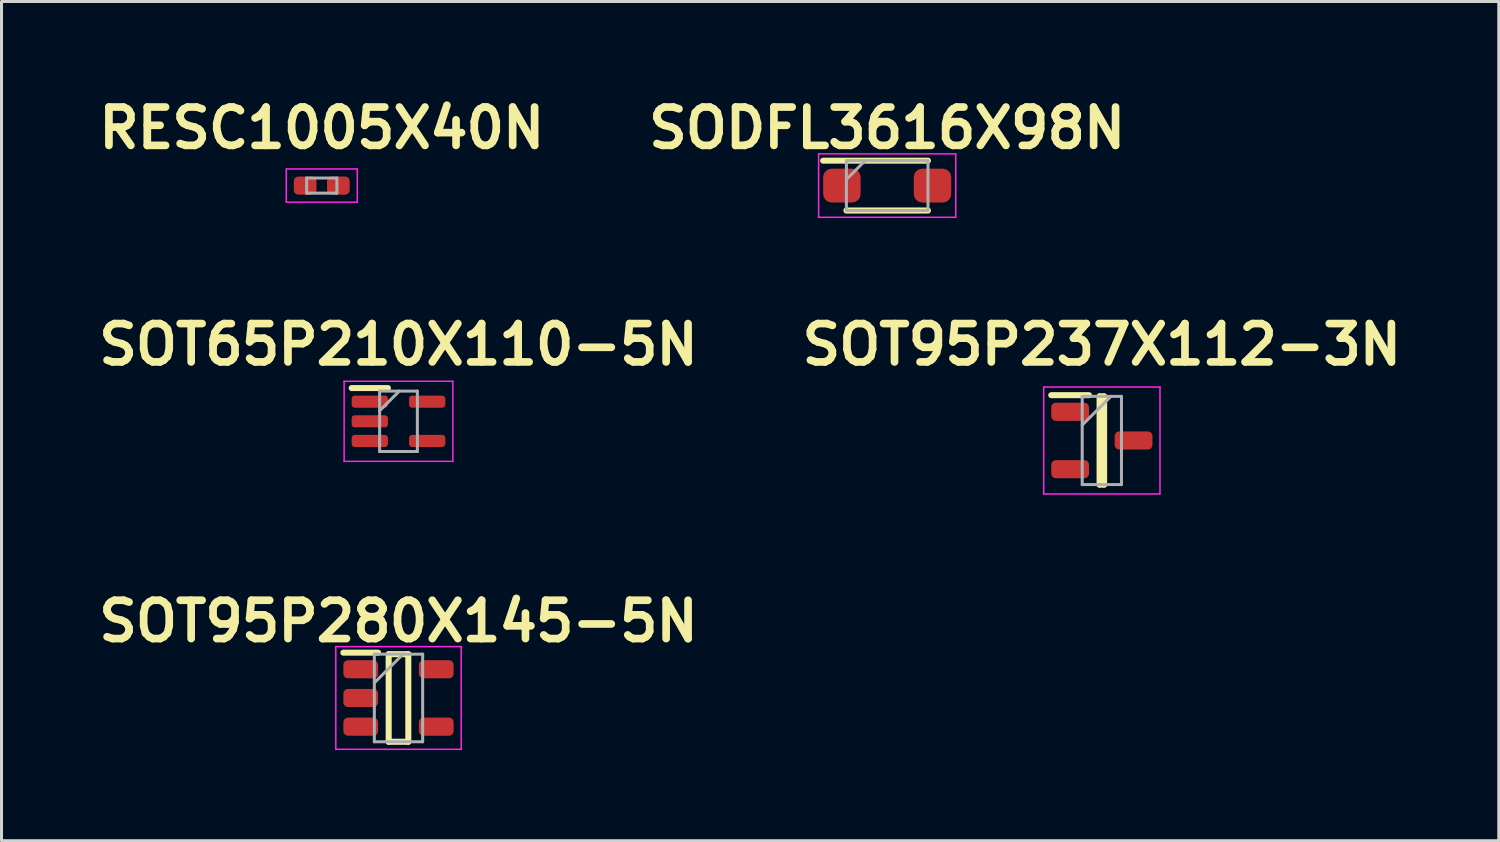
<source format=kicad_pcb>
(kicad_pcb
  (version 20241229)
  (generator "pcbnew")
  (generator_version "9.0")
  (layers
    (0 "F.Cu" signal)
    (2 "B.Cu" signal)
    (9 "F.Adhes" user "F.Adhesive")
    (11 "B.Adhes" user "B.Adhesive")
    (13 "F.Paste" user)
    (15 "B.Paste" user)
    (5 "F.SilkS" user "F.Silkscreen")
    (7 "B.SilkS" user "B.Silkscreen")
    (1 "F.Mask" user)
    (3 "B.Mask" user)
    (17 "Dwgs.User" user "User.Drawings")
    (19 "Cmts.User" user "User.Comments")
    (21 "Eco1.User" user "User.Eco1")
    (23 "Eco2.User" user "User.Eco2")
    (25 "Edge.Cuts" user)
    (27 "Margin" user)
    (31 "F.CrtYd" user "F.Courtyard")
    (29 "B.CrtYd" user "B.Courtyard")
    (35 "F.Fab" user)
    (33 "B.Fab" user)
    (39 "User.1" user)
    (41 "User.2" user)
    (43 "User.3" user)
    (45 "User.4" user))
  (footprint "SOT95P237X112-3N"
    (layer "F.Cu")
    (at 33.426 11.532)
    (property "Reference" "SOT95P237X112-3N" (at 0 -3.175 0) (layer "F.SilkS") (effects (font (size 1.27 1.27) (thickness 0.254))))
    (attr smd)
    (fp_line (start -1.675 -1.5) (end -0.425 -1.5) (stroke (width 0.2) (type solid)) (layer "F.SilkS"))
    (fp_line (start -0.075 -1.46) (end 0.075 -1.46) (stroke (width 0.2) (type solid)) (layer "F.SilkS"))
    (fp_line (start -0.075 1.46) (end -0.075 -1.46) (stroke (width 0.2) (type solid)) (layer "F.SilkS"))
    (fp_line (start 0.075 -1.46) (end 0.075 1.46) (stroke (width 0.2) (type solid)) (layer "F.SilkS"))
    (fp_line (start 0.075 1.46) (end -0.075 1.46) (stroke (width 0.2) (type solid)) (layer "F.SilkS"))
    (fp_line (start -1.925 -1.77) (end 1.925 -1.77) (stroke (width 0.05) (type solid)) (layer "F.CrtYd"))
    (fp_line (start -1.925 1.77) (end -1.925 -1.77) (stroke (width 0.05) (type solid)) (layer "F.CrtYd"))
    (fp_line (start 1.925 -1.77) (end 1.925 1.77) (stroke (width 0.05) (type solid)) (layer "F.CrtYd"))
    (fp_line (start 1.925 1.77) (end -1.925 1.77) (stroke (width 0.05) (type solid)) (layer "F.CrtYd"))
    (fp_line (start -0.65 -1.46) (end 0.65 -1.46) (stroke (width 0.1) (type solid)) (layer "F.Fab"))
    (fp_line (start -0.65 -0.51) (end 0.3 -1.46) (stroke (width 0.1) (type solid)) (layer "F.Fab"))
    (fp_line (start -0.65 1.46) (end -0.65 -1.46) (stroke (width 0.1) (type solid)) (layer "F.Fab"))
    (fp_line (start 0.65 -1.46) (end 0.65 1.46) (stroke (width 0.1) (type solid)) (layer "F.Fab"))
    (fp_line (start 0.65 1.46) (end -0.65 1.46) (stroke (width 0.1) (type solid)) (layer "F.Fab"))
    (pad "1" smd roundrect (at -1.05 -0.95 90) (size 0.6 1.25) (layers "F.Cu" "F.Mask" "F.Paste") (roundrect_rratio 0.25))
    (pad "2" smd roundrect (at -1.05 0.95 90) (size 0.6 1.25) (layers "F.Cu" "F.Mask" "F.Paste") (roundrect_rratio 0.25))
    (pad "3" smd roundrect (at 1.05 0 90) (size 0.6 1.25) (layers "F.Cu" "F.Mask" "F.Paste") (roundrect_rratio 0.25)))
  (footprint "SODFL3616X98N"
    (layer "F.Cu")
    (at 26.32 3.094)
    (property "Reference" "SODFL3616X98N" (at 0 -1.905 0) (layer "F.SilkS") (effects (font (size 1.27 1.27) (thickness 0.254))))
    (attr smd)
    (fp_line (start -2.12 -0.825) (end 1.35 -0.825) (stroke (width 0.2) (type solid)) (layer "F.SilkS"))
    (fp_line (start -1.35 0.825) (end 1.35 0.825) (stroke (width 0.2) (type solid)) (layer "F.SilkS"))
    (fp_line (start -2.27 -1.05) (end 2.27 -1.05) (stroke (width 0.05) (type solid)) (layer "F.CrtYd"))
    (fp_line (start -2.27 1.05) (end -2.27 -1.05) (stroke (width 0.05) (type solid)) (layer "F.CrtYd"))
    (fp_line (start 2.27 -1.05) (end 2.27 1.05) (stroke (width 0.05) (type solid)) (layer "F.CrtYd"))
    (fp_line (start 2.27 1.05) (end -2.27 1.05) (stroke (width 0.05) (type solid)) (layer "F.CrtYd"))
    (fp_line (start -1.35 -0.825) (end 1.35 -0.825) (stroke (width 0.1) (type solid)) (layer "F.Fab"))
    (fp_line (start -1.35 -0.205) (end -0.73 -0.825) (stroke (width 0.1) (type solid)) (layer "F.Fab"))
    (fp_line (start -1.35 0.825) (end -1.35 -0.825) (stroke (width 0.1) (type solid)) (layer "F.Fab"))
    (fp_line (start 1.35 -0.825) (end 1.35 0.825) (stroke (width 0.1) (type solid)) (layer "F.Fab"))
    (fp_line (start 1.35 0.825) (end -1.35 0.825) (stroke (width 0.1) (type solid)) (layer "F.Fab"))
    (pad "1" smd roundrect (at -1.5 0 90) (size 1.12 1.24) (layers "F.Cu" "F.Mask" "F.Paste") (roundrect_rratio 0.25))
    (pad "2" smd roundrect (at 1.5 0 90) (size 1.12 1.24) (layers "F.Cu" "F.Mask" "F.Paste") (roundrect_rratio 0.25)))
  (footprint "SOT95P280X145-5N"
    (layer "F.Cu")
    (at 10.142 20.056)
    (property "Reference" "SOT95P280X145-5N" (at 0 -2.54 0) (layer "F.SilkS") (effects (font (size 1.27 1.27) (thickness 0.254))))
    (attr smd)
    (fp_line (start -1.825 -1.5) (end -0.675 -1.5) (stroke (width 0.2) (type solid)) (layer "F.SilkS"))
    (fp_line (start -0.325 -1.45) (end 0.325 -1.45) (stroke (width 0.2) (type solid)) (layer "F.SilkS"))
    (fp_line (start -0.325 1.45) (end -0.325 -1.45) (stroke (width 0.2) (type solid)) (layer "F.SilkS"))
    (fp_line (start 0.325 -1.45) (end 0.325 1.45) (stroke (width 0.2) (type solid)) (layer "F.SilkS"))
    (fp_line (start 0.325 1.45) (end -0.325 1.45) (stroke (width 0.2) (type solid)) (layer "F.SilkS"))
    (fp_line (start -2.075 -1.7) (end 2.075 -1.7) (stroke (width 0.05) (type solid)) (layer "F.CrtYd"))
    (fp_line (start -2.075 1.7) (end -2.075 -1.7) (stroke (width 0.05) (type solid)) (layer "F.CrtYd"))
    (fp_line (start 2.075 -1.7) (end 2.075 1.7) (stroke (width 0.05) (type solid)) (layer "F.CrtYd"))
    (fp_line (start 2.075 1.7) (end -2.075 1.7) (stroke (width 0.05) (type solid)) (layer "F.CrtYd"))
    (fp_line (start -0.8 -1.45) (end 0.8 -1.45) (stroke (width 0.1) (type solid)) (layer "F.Fab"))
    (fp_line (start -0.8 -0.5) (end 0.15 -1.45) (stroke (width 0.1) (type solid)) (layer "F.Fab"))
    (fp_line (start -0.8 1.45) (end -0.8 -1.45) (stroke (width 0.1) (type solid)) (layer "F.Fab"))
    (fp_line (start 0.8 -1.45) (end 0.8 1.45) (stroke (width 0.1) (type solid)) (layer "F.Fab"))
    (fp_line (start 0.8 1.45) (end -0.8 1.45) (stroke (width 0.1) (type solid)) (layer "F.Fab"))
    (pad "1" smd roundrect (at -1.25 -0.95 90) (size 0.6 1.15) (layers "F.Cu" "F.Mask" "F.Paste") (roundrect_rratio 0.25))
    (pad "2" smd roundrect (at -1.25 0 90) (size 0.6 1.15) (layers "F.Cu" "F.Mask" "F.Paste") (roundrect_rratio 0.25))
    (pad "3" smd roundrect (at -1.25 0.95 90) (size 0.6 1.15) (layers "F.Cu" "F.Mask" "F.Paste") (roundrect_rratio 0.25))
    (pad "4" smd roundrect (at 1.25 0.95 90) (size 0.6 1.15) (layers "F.Cu" "F.Mask" "F.Paste") (roundrect_rratio 0.25))
    (pad "5" smd roundrect (at 1.25 -0.95 90) (size 0.6 1.15) (layers "F.Cu" "F.Mask" "F.Paste") (roundrect_rratio 0.25)))
  (footprint "RESC1005X40N"
    (layer "F.Cu")
    (at 7.602 3.094)
    (property "Reference" "RESC1005X40N" (at 0 -1.905 0) (layer "F.SilkS") (effects (font (size 1.27 1.27) (thickness 0.254))))
    (attr smd)
    (fp_line (start -1.175 -0.55) (end 1.175 -0.55) (stroke (width 0.05) (type solid)) (layer "F.CrtYd"))
    (fp_line (start -1.175 0.55) (end -1.175 -0.55) (stroke (width 0.05) (type solid)) (layer "F.CrtYd"))
    (fp_line (start 1.175 -0.55) (end 1.175 0.55) (stroke (width 0.05) (type solid)) (layer "F.CrtYd"))
    (fp_line (start 1.175 0.55) (end -1.175 0.55) (stroke (width 0.05) (type solid)) (layer "F.CrtYd"))
    (fp_line (start -0.5 -0.25) (end 0.5 -0.25) (stroke (width 0.1) (type solid)) (layer "F.Fab"))
    (fp_line (start -0.5 0.25) (end -0.5 -0.25) (stroke (width 0.1) (type solid)) (layer "F.Fab"))
    (fp_line (start 0.5 -0.25) (end 0.5 0.25) (stroke (width 0.1) (type solid)) (layer "F.Fab"))
    (fp_line (start 0.5 0.25) (end -0.5 0.25) (stroke (width 0.1) (type solid)) (layer "F.Fab"))
    (pad "1" smd roundrect (at -0.55 0 90) (size 0.6 0.75) (layers "F.Cu" "F.Mask" "F.Paste") (roundrect_rratio 0.25))
    (pad "2" smd roundrect (at 0.55 0 90) (size 0.6 0.75) (layers "F.Cu" "F.Mask" "F.Paste") (roundrect_rratio 0.25)))
  (footprint "SOT65P210X110-5N"
    (layer "F.Cu")
    (at 10.142 10.897)
    (property "Reference" "SOT65P210X110-5N" (at 0 -2.54 0) (layer "F.SilkS") (effects (font (size 1.27 1.27) (thickness 0.254))))
    (attr smd)
    (fp_line (start -1.55 -1.1) (end -0.35 -1.1) (stroke (width 0.2) (type solid)) (layer "F.SilkS"))
    (fp_line (start -1.8 -1.325) (end 1.8 -1.325) (stroke (width 0.05) (type solid)) (layer "F.CrtYd"))
    (fp_line (start -1.8 1.325) (end -1.8 -1.325) (stroke (width 0.05) (type solid)) (layer "F.CrtYd"))
    (fp_line (start 1.8 -1.325) (end 1.8 1.325) (stroke (width 0.05) (type solid)) (layer "F.CrtYd"))
    (fp_line (start 1.8 1.325) (end -1.8 1.325) (stroke (width 0.05) (type solid)) (layer "F.CrtYd"))
    (fp_line (start -0.625 -1) (end 0.625 -1) (stroke (width 0.1) (type solid)) (layer "F.Fab"))
    (fp_line (start -0.625 -0.35) (end 0.025 -1) (stroke (width 0.1) (type solid)) (layer "F.Fab"))
    (fp_line (start -0.625 1) (end -0.625 -1) (stroke (width 0.1) (type solid)) (layer "F.Fab"))
    (fp_line (start 0.625 -1) (end 0.625 1) (stroke (width 0.1) (type solid)) (layer "F.Fab"))
    (fp_line (start 0.625 1) (end -0.625 1) (stroke (width 0.1) (type solid)) (layer "F.Fab"))
    (pad "1" smd roundrect (at -0.95 -0.65 90) (size 0.4 1.2) (layers "F.Cu" "F.Mask" "F.Paste") (roundrect_rratio 0.25))
    (pad "2" smd roundrect (at -0.95 0 90) (size 0.4 1.2) (layers "F.Cu" "F.Mask" "F.Paste") (roundrect_rratio 0.25))
    (pad "3" smd roundrect (at -0.95 0.65 90) (size 0.4 1.2) (layers "F.Cu" "F.Mask" "F.Paste") (roundrect_rratio 0.25))
    (pad "4" smd roundrect (at 0.95 0.65 90) (size 0.4 1.2) (layers "F.Cu" "F.Mask" "F.Paste") (roundrect_rratio 0.25))
    (pad "5" smd roundrect (at 0.95 -0.65 90) (size 0.4 1.2) (layers "F.Cu" "F.Mask" "F.Paste") (roundrect_rratio 0.25)))
  (gr_rect
    (start -3 -3)
    (end 46.567 24.781)
    (stroke (width 0.1) (type default))
    (fill no)
    (layer "Edge.Cuts")))
</source>
